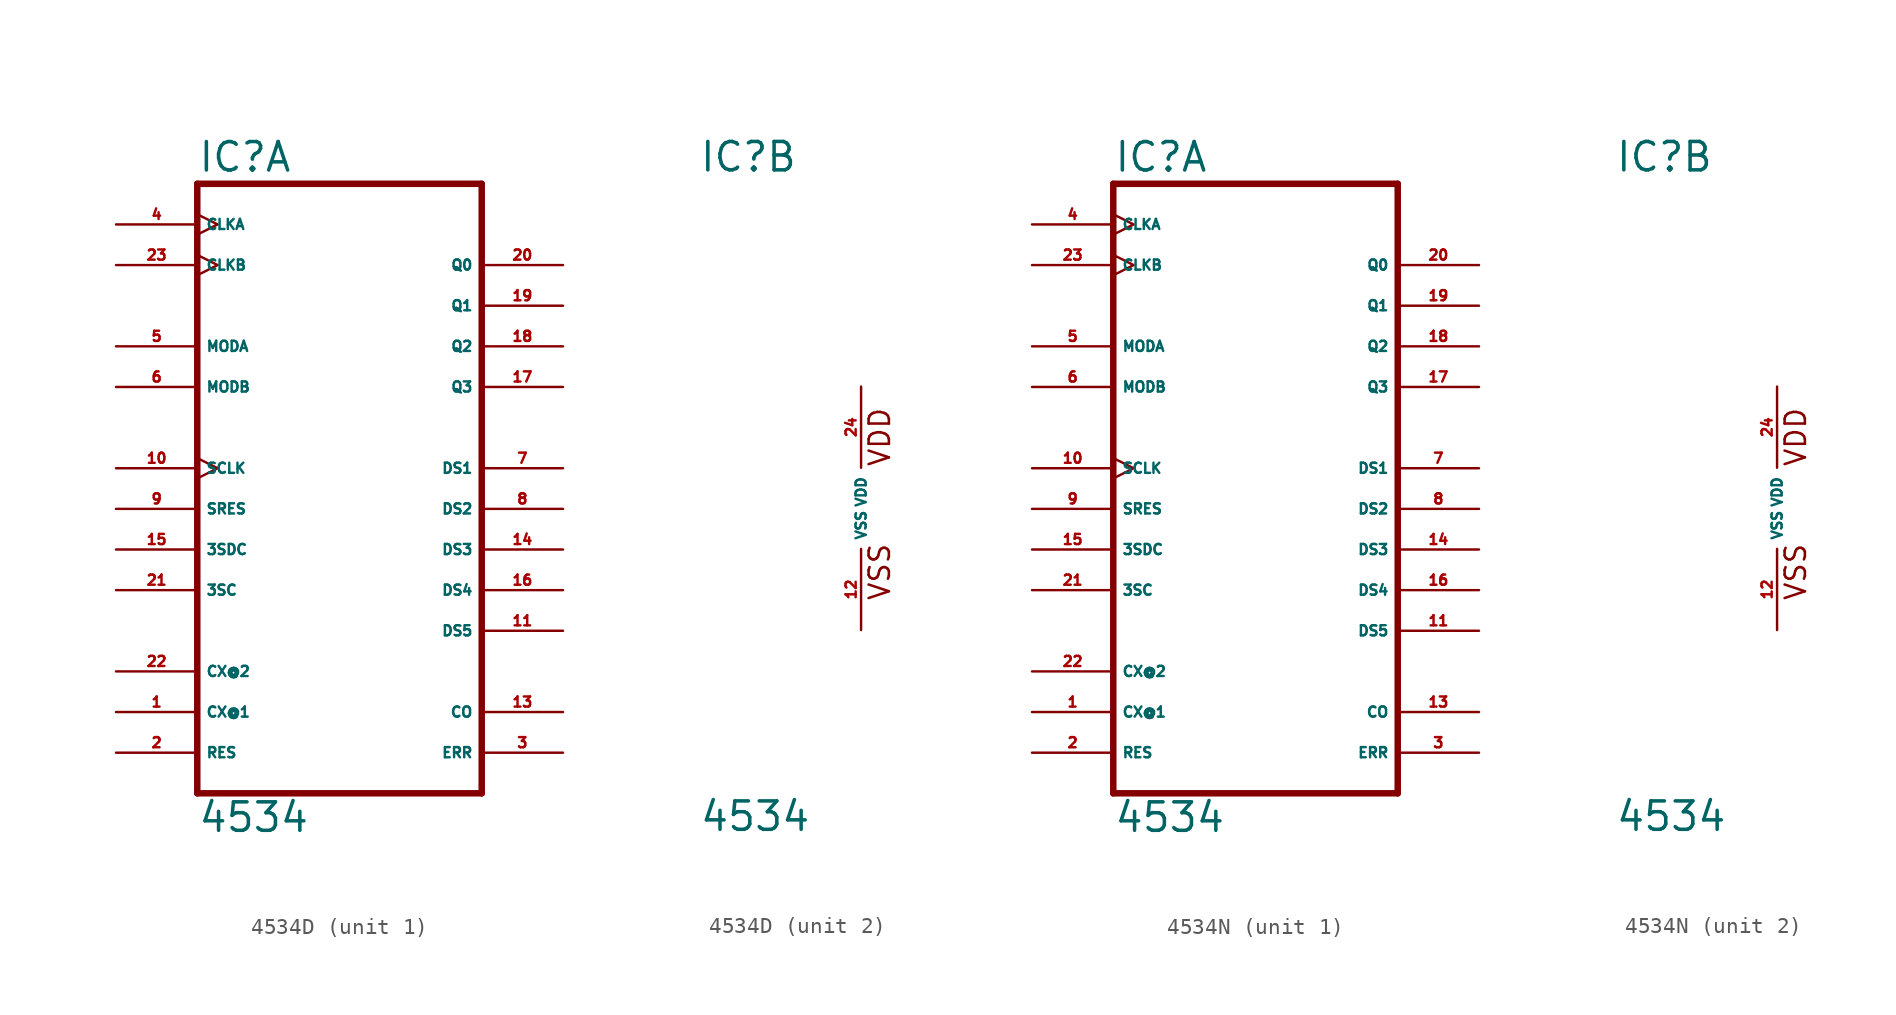
<source format=kicad_sym>
(kicad_symbol_lib
  (version 20220914)
  (generator Eagle2Kicad)
  (symbol "4534D"
    (property "Reference" "IC"
      (at -10.16 20.955 0)
      (effects (font (size 1.778 1.778) (thickness 0.22)) (justify left bottom)))
    (property "Value" "4534"
      (at -10.16 -20.32 0)
      (effects (font (size 1.778 1.778) (thickness 0.22)) (justify left bottom)))
    (symbol "4534D_1_0"
      (polyline (pts (xy -10.16 -17.78) (xy 7.62 -17.78)) (stroke (width 0.406) (type default)) (fill (type none)))
      (polyline (pts (xy 7.62 -17.78) (xy 7.62 20.32)) (stroke (width 0.406) (type default)) (fill (type none)))
      (polyline (pts (xy 7.62 20.32) (xy -10.16 20.32)) (stroke (width 0.406) (type default)) (fill (type none)))
      (polyline (pts (xy -10.16 20.32) (xy -10.16 -17.78)) (stroke (width 0.406) (type default)) (fill (type none)))
      (pin input line (at -15.24 -12.7 0) (length 5.08) (name "CX@1" (effects (font (size 0.635 0.635) (thickness 0.08)) (justify left bottom))) (number "1" (effects (font (size 0.635 0.635) (thickness 0.08)) (justify left bottom))))
      (pin input line (at -15.24 -15.24 0) (length 5.08) (name "RES" (effects (font (size 0.635 0.635) (thickness 0.08)) (justify left bottom))) (number "2" (effects (font (size 0.635 0.635) (thickness 0.08)) (justify left bottom))))
      (pin output line (at 12.7 -15.24 180) (length 5.08) (name "ERR" (effects (font (size 0.635 0.635) (thickness 0.08)) (justify left bottom))) (number "3" (effects (font (size 0.635 0.635) (thickness 0.08)) (justify left bottom))))
      (pin input clock (at -15.24 17.78 0) (length 5.08) (name "CLKA" (effects (font (size 0.635 0.635) (thickness 0.08)) (justify left bottom))) (number "4" (effects (font (size 0.635 0.635) (thickness 0.08)) (justify left bottom))))
      (pin input line (at -15.24 10.16 0) (length 5.08) (name "MODA" (effects (font (size 0.635 0.635) (thickness 0.08)) (justify left bottom))) (number "5" (effects (font (size 0.635 0.635) (thickness 0.08)) (justify left bottom))))
      (pin input line (at -15.24 7.62 0) (length 5.08) (name "MODB" (effects (font (size 0.635 0.635) (thickness 0.08)) (justify left bottom))) (number "6" (effects (font (size 0.635 0.635) (thickness 0.08)) (justify left bottom))))
      (pin tri_state line (at 12.7 2.54 180) (length 5.08) (name "DS1" (effects (font (size 0.635 0.635) (thickness 0.08)) (justify left bottom))) (number "7" (effects (font (size 0.635 0.635) (thickness 0.08)) (justify left bottom))))
      (pin tri_state line (at 12.7 0 180) (length 5.08) (name "DS2" (effects (font (size 0.635 0.635) (thickness 0.08)) (justify left bottom))) (number "8" (effects (font (size 0.635 0.635) (thickness 0.08)) (justify left bottom))))
      (pin input line (at -15.24 0 0) (length 5.08) (name "SRES" (effects (font (size 0.635 0.635) (thickness 0.08)) (justify left bottom))) (number "9" (effects (font (size 0.635 0.635) (thickness 0.08)) (justify left bottom))))
      (pin input clock (at -15.24 2.54 0) (length 5.08) (name "SCLK" (effects (font (size 0.635 0.635) (thickness 0.08)) (justify left bottom))) (number "10" (effects (font (size 0.635 0.635) (thickness 0.08)) (justify left bottom))))
      (pin tri_state line (at 12.7 -7.62 180) (length 5.08) (name "DS5" (effects (font (size 0.635 0.635) (thickness 0.08)) (justify left bottom))) (number "11" (effects (font (size 0.635 0.635) (thickness 0.08)) (justify left bottom))))
      (pin output line (at 12.7 -12.7 180) (length 5.08) (name "CO" (effects (font (size 0.635 0.635) (thickness 0.08)) (justify left bottom))) (number "13" (effects (font (size 0.635 0.635) (thickness 0.08)) (justify left bottom))))
      (pin tri_state line (at 12.7 -2.54 180) (length 5.08) (name "DS3" (effects (font (size 0.635 0.635) (thickness 0.08)) (justify left bottom))) (number "14" (effects (font (size 0.635 0.635) (thickness 0.08)) (justify left bottom))))
      (pin input line (at -15.24 -2.54 0) (length 5.08) (name "3SDC" (effects (font (size 0.635 0.635) (thickness 0.08)) (justify left bottom))) (number "15" (effects (font (size 0.635 0.635) (thickness 0.08)) (justify left bottom))))
      (pin tri_state line (at 12.7 -5.08 180) (length 5.08) (name "DS4" (effects (font (size 0.635 0.635) (thickness 0.08)) (justify left bottom))) (number "16" (effects (font (size 0.635 0.635) (thickness 0.08)) (justify left bottom))))
      (pin tri_state line (at 12.7 7.62 180) (length 5.08) (name "Q3" (effects (font (size 0.635 0.635) (thickness 0.08)) (justify left bottom))) (number "17" (effects (font (size 0.635 0.635) (thickness 0.08)) (justify left bottom))))
      (pin tri_state line (at 12.7 10.16 180) (length 5.08) (name "Q2" (effects (font (size 0.635 0.635) (thickness 0.08)) (justify left bottom))) (number "18" (effects (font (size 0.635 0.635) (thickness 0.08)) (justify left bottom))))
      (pin tri_state line (at 12.7 12.7 180) (length 5.08) (name "Q1" (effects (font (size 0.635 0.635) (thickness 0.08)) (justify left bottom))) (number "19" (effects (font (size 0.635 0.635) (thickness 0.08)) (justify left bottom))))
      (pin tri_state line (at 12.7 15.24 180) (length 5.08) (name "Q0" (effects (font (size 0.635 0.635) (thickness 0.08)) (justify left bottom))) (number "20" (effects (font (size 0.635 0.635) (thickness 0.08)) (justify left bottom))))
      (pin input line (at -15.24 -5.08 0) (length 5.08) (name "3SC" (effects (font (size 0.635 0.635) (thickness 0.08)) (justify left bottom))) (number "21" (effects (font (size 0.635 0.635) (thickness 0.08)) (justify left bottom))))
      (pin input line (at -15.24 -10.16 0) (length 5.08) (name "CX@2" (effects (font (size 0.635 0.635) (thickness 0.08)) (justify left bottom))) (number "22" (effects (font (size 0.635 0.635) (thickness 0.08)) (justify left bottom))))
      (pin input clock (at -15.24 15.24 0) (length 5.08) (name "CLKB" (effects (font (size 0.635 0.635) (thickness 0.08)) (justify left bottom))) (number "23" (effects (font (size 0.635 0.635) (thickness 0.08)) (justify left bottom)))))
    (symbol "4534D_2_0"
      (text "VDD" (at 1.905 2.54 900) (effects (font (size 1.27 1.27) (thickness 0.16)) (justify left bottom)))
      (text "VSS" (at 1.905 -5.842 900) (effects (font (size 1.27 1.27) (thickness 0.16)) (justify left bottom)))
      (pin unspecified line (at 0 -7.62 90) (length 5.08) (name "VSS" (effects (font (size 0.635 0.635) (thickness 0.08)) (justify left bottom))) (number "12" (effects (font (size 0.635 0.635) (thickness 0.08)) (justify left bottom))))
      (pin unspecified line (at 0 7.62 270) (length 5.08) (name "VDD" (effects (font (size 0.635 0.635) (thickness 0.08)) (justify left bottom))) (number "24" (effects (font (size 0.635 0.635) (thickness 0.08)) (justify left bottom))))))
  (symbol "4534N"
    (property "Reference" "IC"
      (at -10.16 20.955 0)
      (effects (font (size 1.778 1.778) (thickness 0.22)) (justify left bottom)))
    (property "Value" "4534"
      (at -10.16 -20.32 0)
      (effects (font (size 1.778 1.778) (thickness 0.22)) (justify left bottom)))
    (symbol "4534N_1_0"
      (polyline (pts (xy -10.16 -17.78) (xy 7.62 -17.78)) (stroke (width 0.406) (type default)) (fill (type none)))
      (polyline (pts (xy 7.62 -17.78) (xy 7.62 20.32)) (stroke (width 0.406) (type default)) (fill (type none)))
      (polyline (pts (xy 7.62 20.32) (xy -10.16 20.32)) (stroke (width 0.406) (type default)) (fill (type none)))
      (polyline (pts (xy -10.16 20.32) (xy -10.16 -17.78)) (stroke (width 0.406) (type default)) (fill (type none)))
      (pin input line (at -15.24 -12.7 0) (length 5.08) (name "CX@1" (effects (font (size 0.635 0.635) (thickness 0.08)) (justify left bottom))) (number "1" (effects (font (size 0.635 0.635) (thickness 0.08)) (justify left bottom))))
      (pin input line (at -15.24 -15.24 0) (length 5.08) (name "RES" (effects (font (size 0.635 0.635) (thickness 0.08)) (justify left bottom))) (number "2" (effects (font (size 0.635 0.635) (thickness 0.08)) (justify left bottom))))
      (pin output line (at 12.7 -15.24 180) (length 5.08) (name "ERR" (effects (font (size 0.635 0.635) (thickness 0.08)) (justify left bottom))) (number "3" (effects (font (size 0.635 0.635) (thickness 0.08)) (justify left bottom))))
      (pin input clock (at -15.24 17.78 0) (length 5.08) (name "CLKA" (effects (font (size 0.635 0.635) (thickness 0.08)) (justify left bottom))) (number "4" (effects (font (size 0.635 0.635) (thickness 0.08)) (justify left bottom))))
      (pin input line (at -15.24 10.16 0) (length 5.08) (name "MODA" (effects (font (size 0.635 0.635) (thickness 0.08)) (justify left bottom))) (number "5" (effects (font (size 0.635 0.635) (thickness 0.08)) (justify left bottom))))
      (pin input line (at -15.24 7.62 0) (length 5.08) (name "MODB" (effects (font (size 0.635 0.635) (thickness 0.08)) (justify left bottom))) (number "6" (effects (font (size 0.635 0.635) (thickness 0.08)) (justify left bottom))))
      (pin tri_state line (at 12.7 2.54 180) (length 5.08) (name "DS1" (effects (font (size 0.635 0.635) (thickness 0.08)) (justify left bottom))) (number "7" (effects (font (size 0.635 0.635) (thickness 0.08)) (justify left bottom))))
      (pin tri_state line (at 12.7 0 180) (length 5.08) (name "DS2" (effects (font (size 0.635 0.635) (thickness 0.08)) (justify left bottom))) (number "8" (effects (font (size 0.635 0.635) (thickness 0.08)) (justify left bottom))))
      (pin input line (at -15.24 0 0) (length 5.08) (name "SRES" (effects (font (size 0.635 0.635) (thickness 0.08)) (justify left bottom))) (number "9" (effects (font (size 0.635 0.635) (thickness 0.08)) (justify left bottom))))
      (pin input clock (at -15.24 2.54 0) (length 5.08) (name "SCLK" (effects (font (size 0.635 0.635) (thickness 0.08)) (justify left bottom))) (number "10" (effects (font (size 0.635 0.635) (thickness 0.08)) (justify left bottom))))
      (pin tri_state line (at 12.7 -7.62 180) (length 5.08) (name "DS5" (effects (font (size 0.635 0.635) (thickness 0.08)) (justify left bottom))) (number "11" (effects (font (size 0.635 0.635) (thickness 0.08)) (justify left bottom))))
      (pin output line (at 12.7 -12.7 180) (length 5.08) (name "CO" (effects (font (size 0.635 0.635) (thickness 0.08)) (justify left bottom))) (number "13" (effects (font (size 0.635 0.635) (thickness 0.08)) (justify left bottom))))
      (pin tri_state line (at 12.7 -2.54 180) (length 5.08) (name "DS3" (effects (font (size 0.635 0.635) (thickness 0.08)) (justify left bottom))) (number "14" (effects (font (size 0.635 0.635) (thickness 0.08)) (justify left bottom))))
      (pin input line (at -15.24 -2.54 0) (length 5.08) (name "3SDC" (effects (font (size 0.635 0.635) (thickness 0.08)) (justify left bottom))) (number "15" (effects (font (size 0.635 0.635) (thickness 0.08)) (justify left bottom))))
      (pin tri_state line (at 12.7 -5.08 180) (length 5.08) (name "DS4" (effects (font (size 0.635 0.635) (thickness 0.08)) (justify left bottom))) (number "16" (effects (font (size 0.635 0.635) (thickness 0.08)) (justify left bottom))))
      (pin tri_state line (at 12.7 7.62 180) (length 5.08) (name "Q3" (effects (font (size 0.635 0.635) (thickness 0.08)) (justify left bottom))) (number "17" (effects (font (size 0.635 0.635) (thickness 0.08)) (justify left bottom))))
      (pin tri_state line (at 12.7 10.16 180) (length 5.08) (name "Q2" (effects (font (size 0.635 0.635) (thickness 0.08)) (justify left bottom))) (number "18" (effects (font (size 0.635 0.635) (thickness 0.08)) (justify left bottom))))
      (pin tri_state line (at 12.7 12.7 180) (length 5.08) (name "Q1" (effects (font (size 0.635 0.635) (thickness 0.08)) (justify left bottom))) (number "19" (effects (font (size 0.635 0.635) (thickness 0.08)) (justify left bottom))))
      (pin tri_state line (at 12.7 15.24 180) (length 5.08) (name "Q0" (effects (font (size 0.635 0.635) (thickness 0.08)) (justify left bottom))) (number "20" (effects (font (size 0.635 0.635) (thickness 0.08)) (justify left bottom))))
      (pin input line (at -15.24 -5.08 0) (length 5.08) (name "3SC" (effects (font (size 0.635 0.635) (thickness 0.08)) (justify left bottom))) (number "21" (effects (font (size 0.635 0.635) (thickness 0.08)) (justify left bottom))))
      (pin input line (at -15.24 -10.16 0) (length 5.08) (name "CX@2" (effects (font (size 0.635 0.635) (thickness 0.08)) (justify left bottom))) (number "22" (effects (font (size 0.635 0.635) (thickness 0.08)) (justify left bottom))))
      (pin input clock (at -15.24 15.24 0) (length 5.08) (name "CLKB" (effects (font (size 0.635 0.635) (thickness 0.08)) (justify left bottom))) (number "23" (effects (font (size 0.635 0.635) (thickness 0.08)) (justify left bottom)))))
    (symbol "4534N_2_0"
      (text "VDD" (at 1.905 2.54 900) (effects (font (size 1.27 1.27) (thickness 0.16)) (justify left bottom)))
      (text "VSS" (at 1.905 -5.842 900) (effects (font (size 1.27 1.27) (thickness 0.16)) (justify left bottom)))
      (pin unspecified line (at 0 -7.62 90) (length 5.08) (name "VSS" (effects (font (size 0.635 0.635) (thickness 0.08)) (justify left bottom))) (number "12" (effects (font (size 0.635 0.635) (thickness 0.08)) (justify left bottom))))
      (pin unspecified line (at 0 7.62 270) (length 5.08) (name "VDD" (effects (font (size 0.635 0.635) (thickness 0.08)) (justify left bottom))) (number "24" (effects (font (size 0.635 0.635) (thickness 0.08)) (justify left bottom)))))))
</source>
